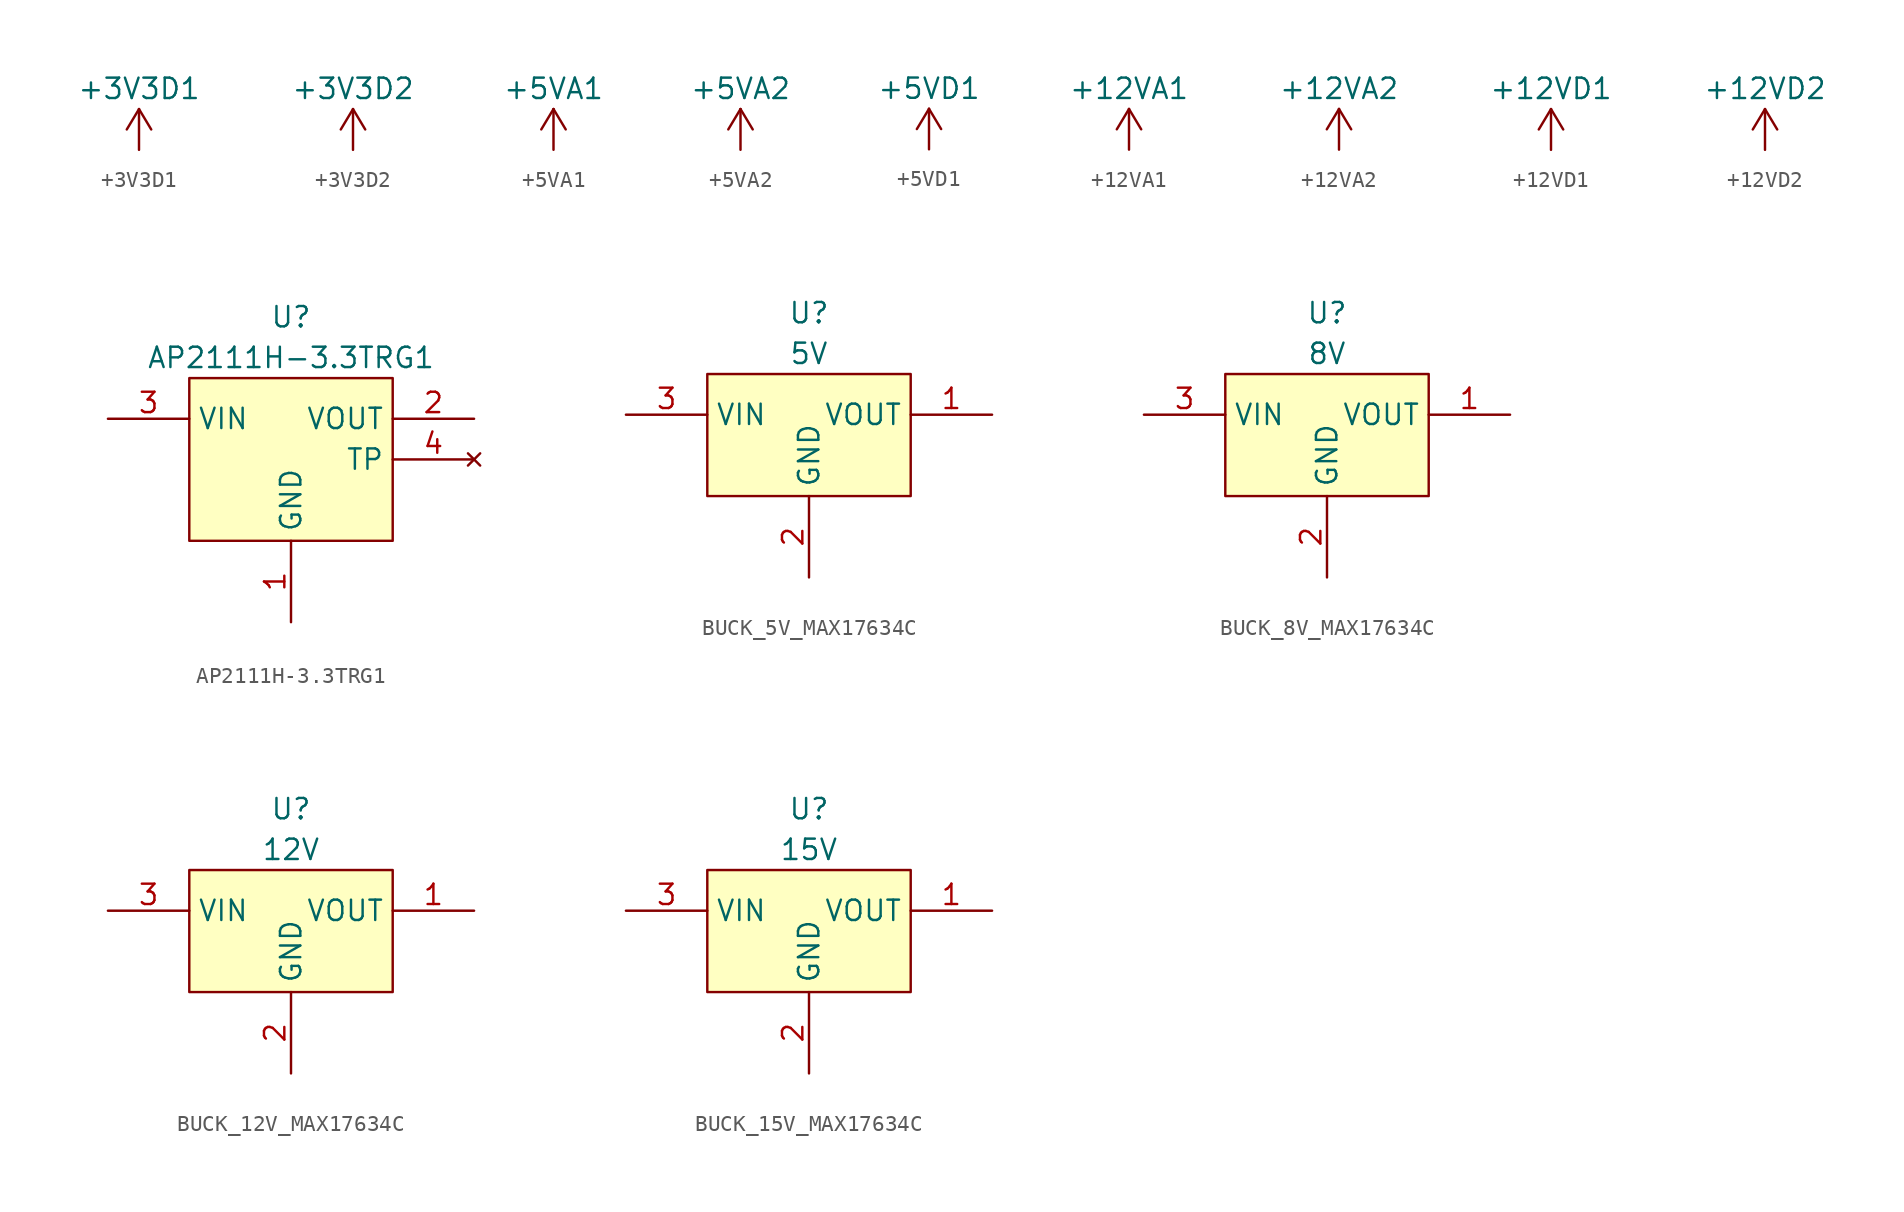
<source format=kicad_sym>
(kicad_symbol_lib
  (version 20220914)
  (generator kicad_symbol_editor)
  (symbol "+3V3D1"
    (power)
    (property "Reference" "#PWR"
      (at 0 -2.54 0)
      (effects (font (size 1.27 1.27)) hide))
    (property "Value" "+3V3D1"
      (at 0 3.81 0)
      (effects (font (size 1.27 1.27))))
    (symbol "+3V3D1_0_1"
      (polyline (pts (xy -0.762 1.27) (xy 0 2.54)) (stroke (width 0) (type default)) (fill (type none)))
      (polyline (pts (xy 0 0) (xy 0 2.54)) (stroke (width 0) (type default)) (fill (type none)))
      (polyline (pts (xy 0 2.54) (xy 0.762 1.27)) (stroke (width 0) (type default)) (fill (type none))))
    (symbol "+3V3D1_1_1"
      (pin power_in line (at 0 0 90) (length 0) hide (name "+3V3D1" (effects (font (size 1.27 1.27)))) (number "1" (effects (font (size 1.27 1.27)))))))
  (symbol "+3V3D2"
    (power)
    (property "Reference" "#PWR"
      (at 0 -2.54 0)
      (effects (font (size 1.27 1.27)) hide))
    (property "Value" "+3V3D2"
      (at 0 3.81 0)
      (effects (font (size 1.27 1.27))))
    (symbol "+3V3D2_0_1"
      (polyline (pts (xy -0.762 1.27) (xy 0 2.54)) (stroke (width 0) (type default)) (fill (type none)))
      (polyline (pts (xy 0 0) (xy 0 2.54)) (stroke (width 0) (type default)) (fill (type none)))
      (polyline (pts (xy 0 2.54) (xy 0.762 1.27)) (stroke (width 0) (type default)) (fill (type none))))
    (symbol "+3V3D2_1_1"
      (pin power_in line (at 0 0 90) (length 0) hide (name "+3V3D2" (effects (font (size 1.27 1.27)))) (number "1" (effects (font (size 1.27 1.27)))))))
  (symbol "+5VA1"
    (power)
    (property "Reference" "#PWR"
      (at 0 -2.54 0)
      (effects (font (size 1.27 1.27)) hide))
    (property "Value" "+5VA1"
      (at 0 3.81 0)
      (effects (font (size 1.27 1.27))))
    (symbol "+5VA1_0_1"
      (polyline (pts (xy -0.762 1.27) (xy 0 2.54)) (stroke (width 0) (type default)) (fill (type none)))
      (polyline (pts (xy 0 0) (xy 0 2.54)) (stroke (width 0) (type default)) (fill (type none)))
      (polyline (pts (xy 0 2.54) (xy 0.762 1.27)) (stroke (width 0) (type default)) (fill (type none))))
    (symbol "+5VA1_1_1"
      (pin power_in line (at 0 0 90) (length 0) hide (name "+5VA1" (effects (font (size 1.27 1.27)))) (number "1" (effects (font (size 1.27 1.27)))))))
  (symbol "+5VA2"
    (power)
    (property "Reference" "#PWR"
      (at 0 -2.54 0)
      (effects (font (size 1.27 1.27)) hide))
    (property "Value" "+5VA2"
      (at 0 3.81 0)
      (effects (font (size 1.27 1.27))))
    (symbol "+5VA2_0_1"
      (polyline (pts (xy -0.762 1.27) (xy 0 2.54)) (stroke (width 0) (type default)) (fill (type none)))
      (polyline (pts (xy 0 0) (xy 0 2.54)) (stroke (width 0) (type default)) (fill (type none)))
      (polyline (pts (xy 0 2.54) (xy 0.762 1.27)) (stroke (width 0) (type default)) (fill (type none))))
    (symbol "+5VA2_1_1"
      (pin power_in line (at 0 0 90) (length 0) hide (name "+5VA2" (effects (font (size 1.27 1.27)))) (number "1" (effects (font (size 1.27 1.27)))))))
  (symbol "+5VD1"
    (power)
    (property "Reference" "#PWR"
      (at 0 -2.54 0)
      (effects (font (size 1.27 1.27)) hide))
    (property "Value" "+5VD1"
      (at 0 3.81 0)
      (effects (font (size 1.27 1.27))))
    (symbol "+5VD1_0_1"
      (polyline (pts (xy -0.762 1.27) (xy 0 2.54)) (stroke (width 0) (type default)) (fill (type none)))
      (polyline (pts (xy 0 0) (xy 0 2.54)) (stroke (width 0) (type default)) (fill (type none)))
      (polyline (pts (xy 0 2.54) (xy 0.762 1.27)) (stroke (width 0) (type default)) (fill (type none))))
    (symbol "+5VD1_1_1"
      (pin power_in line (at 0 0 90) (length 0) hide (name "+5VD1" (effects (font (size 1.27 1.27)))) (number "1" (effects (font (size 1.27 1.27)))))))
  (symbol "+12VA1"
    (power)
    (property "Reference" "#PWR"
      (at 0 -2.54 0)
      (effects (font (size 1.27 1.27)) hide))
    (property "Value" "+12VA1"
      (at 0 3.81 0)
      (effects (font (size 1.27 1.27))))
    (symbol "+12VA1_0_1"
      (polyline (pts (xy -0.762 1.27) (xy 0 2.54)) (stroke (width 0) (type default)) (fill (type none)))
      (polyline (pts (xy 0 0) (xy 0 2.54)) (stroke (width 0) (type default)) (fill (type none)))
      (polyline (pts (xy 0 2.54) (xy 0.762 1.27)) (stroke (width 0) (type default)) (fill (type none))))
    (symbol "+12VA1_1_1"
      (pin power_in line (at 0 0 90) (length 0) hide (name "+12VA1" (effects (font (size 1.27 1.27)))) (number "1" (effects (font (size 1.27 1.27)))))))
  (symbol "+12VA2"
    (power)
    (property "Reference" "#PWR"
      (at 0 -2.54 0)
      (effects (font (size 1.27 1.27)) hide))
    (property "Value" "+12VA2"
      (at 0 3.81 0)
      (effects (font (size 1.27 1.27))))
    (symbol "+12VA2_0_1"
      (polyline (pts (xy -0.762 1.27) (xy 0 2.54)) (stroke (width 0) (type default)) (fill (type none)))
      (polyline (pts (xy 0 0) (xy 0 2.54)) (stroke (width 0) (type default)) (fill (type none)))
      (polyline (pts (xy 0 2.54) (xy 0.762 1.27)) (stroke (width 0) (type default)) (fill (type none))))
    (symbol "+12VA2_1_1"
      (pin power_in line (at 0 0 90) (length 0) hide (name "+12VA2" (effects (font (size 1.27 1.27)))) (number "1" (effects (font (size 1.27 1.27)))))))
  (symbol "+12VD1"
    (power)
    (property "Reference" "#PWR"
      (at 0 -2.54 0)
      (effects (font (size 1.27 1.27)) hide))
    (property "Value" "+12VD1"
      (at 0 3.81 0)
      (effects (font (size 1.27 1.27))))
    (symbol "+12VD1_0_1"
      (polyline (pts (xy -0.762 1.27) (xy 0 2.54)) (stroke (width 0) (type default)) (fill (type none)))
      (polyline (pts (xy 0 0) (xy 0 2.54)) (stroke (width 0) (type default)) (fill (type none)))
      (polyline (pts (xy 0 2.54) (xy 0.762 1.27)) (stroke (width 0) (type default)) (fill (type none))))
    (symbol "+12VD1_1_1"
      (pin power_in line (at 0 0 90) (length 0) hide (name "+12VD1" (effects (font (size 1.27 1.27)))) (number "1" (effects (font (size 1.27 1.27)))))))
  (symbol "+12VD2"
    (power)
    (property "Reference" "#PWR"
      (at 0 -2.54 0)
      (effects (font (size 1.27 1.27)) hide))
    (property "Value" "+12VD2"
      (at 0 3.81 0)
      (effects (font (size 1.27 1.27))))
    (symbol "+12VD2_0_1"
      (polyline (pts (xy -0.762 1.27) (xy 0 2.54)) (stroke (width 0) (type default)) (fill (type none)))
      (polyline (pts (xy 0 0) (xy 0 2.54)) (stroke (width 0) (type default)) (fill (type none)))
      (polyline (pts (xy 0 2.54) (xy 0.762 1.27)) (stroke (width 0) (type default)) (fill (type none))))
    (symbol "+12VD2_1_1"
      (pin power_in line (at 0 0 90) (length 0) hide (name "+12VD2" (effects (font (size 1.27 1.27)))) (number "1" (effects (font (size 1.27 1.27)))))))
  (symbol "AP2111H-3.3TRG1"
    (property "Reference" "U"
      (at 0 8.89 0)
      (effects (font (size 1.27 1.27))))
    (property "Value" "AP2111H-3.3TRG1"
      (at 0 6.35 0)
      (effects (font (size 1.27 1.27))))
    (symbol "AP2111H-3.3TRG1_1_1"
      (rectangle (start -6.35 5.08) (end 6.35 -5.08) (stroke (width 0) (type default)) (fill (type background)))
      (pin power_in line (at 0 -10.16 90) (length 5.08) (name "GND" (effects (font (size 1.27 1.27)))) (number "1" (effects (font (size 1.27 1.27)))))
      (pin power_out line (at 11.43 2.54 180) (length 5.08) (name "VOUT" (effects (font (size 1.27 1.27)))) (number "2" (effects (font (size 1.27 1.27)))))
      (pin power_in line (at -11.43 2.54 0) (length 5.08) (name "VIN" (effects (font (size 1.27 1.27)))) (number "3" (effects (font (size 1.27 1.27)))))
      (pin no_connect line (at 11.43 0 180) (length 5.08) (name "TP" (effects (font (size 1.27 1.27)))) (number "4" (effects (font (size 1.27 1.27)))))))
  (symbol "BUCK_5V_MAX17634C"
    (property "Reference" "U"
      (at 0 7.62 0)
      (effects (font (size 1.27 1.27))))
    (property "Value" "5V"
      (at 0 5.08 0)
      (effects (font (size 1.27 1.27))))
    (symbol "BUCK_5V_MAX17634C_1_1"
      (rectangle (start -6.35 3.81) (end 6.35 -3.81) (stroke (width 0) (type default)) (fill (type background)))
      (pin power_out line (at 11.43 1.27 180) (length 5.08) (name "VOUT" (effects (font (size 1.27 1.27)))) (number "1" (effects (font (size 1.27 1.27)))))
      (pin power_in line (at 0 -8.89 90) (length 5.08) (name "GND" (effects (font (size 1.27 1.27)))) (number "2" (effects (font (size 1.27 1.27)))))
      (pin power_in line (at -11.43 1.27 0) (length 5.08) (name "VIN" (effects (font (size 1.27 1.27)))) (number "3" (effects (font (size 1.27 1.27)))))))
  (symbol "BUCK_8V_MAX17634C"
    (property "Reference" "U"
      (at 0 7.62 0)
      (effects (font (size 1.27 1.27))))
    (property "Value" "8V"
      (at 0 5.08 0)
      (effects (font (size 1.27 1.27))))
    (symbol "BUCK_8V_MAX17634C_1_1"
      (rectangle (start -6.35 3.81) (end 6.35 -3.81) (stroke (width 0) (type default)) (fill (type background)))
      (pin power_out line (at 11.43 1.27 180) (length 5.08) (name "VOUT" (effects (font (size 1.27 1.27)))) (number "1" (effects (font (size 1.27 1.27)))))
      (pin power_in line (at 0 -8.89 90) (length 5.08) (name "GND" (effects (font (size 1.27 1.27)))) (number "2" (effects (font (size 1.27 1.27)))))
      (pin power_in line (at -11.43 1.27 0) (length 5.08) (name "VIN" (effects (font (size 1.27 1.27)))) (number "3" (effects (font (size 1.27 1.27)))))))
  (symbol "BUCK_12V_MAX17634C"
    (property "Reference" "U"
      (at 0 7.62 0)
      (effects (font (size 1.27 1.27))))
    (property "Value" "12V"
      (at 0 5.08 0)
      (effects (font (size 1.27 1.27))))
    (symbol "BUCK_12V_MAX17634C_1_1"
      (rectangle (start -6.35 3.81) (end 6.35 -3.81) (stroke (width 0) (type default)) (fill (type background)))
      (pin power_out line (at 11.43 1.27 180) (length 5.08) (name "VOUT" (effects (font (size 1.27 1.27)))) (number "1" (effects (font (size 1.27 1.27)))))
      (pin power_in line (at 0 -8.89 90) (length 5.08) (name "GND" (effects (font (size 1.27 1.27)))) (number "2" (effects (font (size 1.27 1.27)))))
      (pin power_in line (at -11.43 1.27 0) (length 5.08) (name "VIN" (effects (font (size 1.27 1.27)))) (number "3" (effects (font (size 1.27 1.27)))))))
  (symbol "BUCK_15V_MAX17634C"
    (property "Reference" "U"
      (at 0 7.62 0)
      (effects (font (size 1.27 1.27))))
    (property "Value" "15V"
      (at 0 5.08 0)
      (effects (font (size 1.27 1.27))))
    (symbol "BUCK_15V_MAX17634C_1_1"
      (rectangle (start -6.35 3.81) (end 6.35 -3.81) (stroke (width 0) (type default)) (fill (type background)))
      (pin power_out line (at 11.43 1.27 180) (length 5.08) (name "VOUT" (effects (font (size 1.27 1.27)))) (number "1" (effects (font (size 1.27 1.27)))))
      (pin power_in line (at 0 -8.89 90) (length 5.08) (name "GND" (effects (font (size 1.27 1.27)))) (number "2" (effects (font (size 1.27 1.27)))))
      (pin power_in line (at -11.43 1.27 0) (length 5.08) (name "VIN" (effects (font (size 1.27 1.27)))) (number "3" (effects (font (size 1.27 1.27))))))))
</source>
